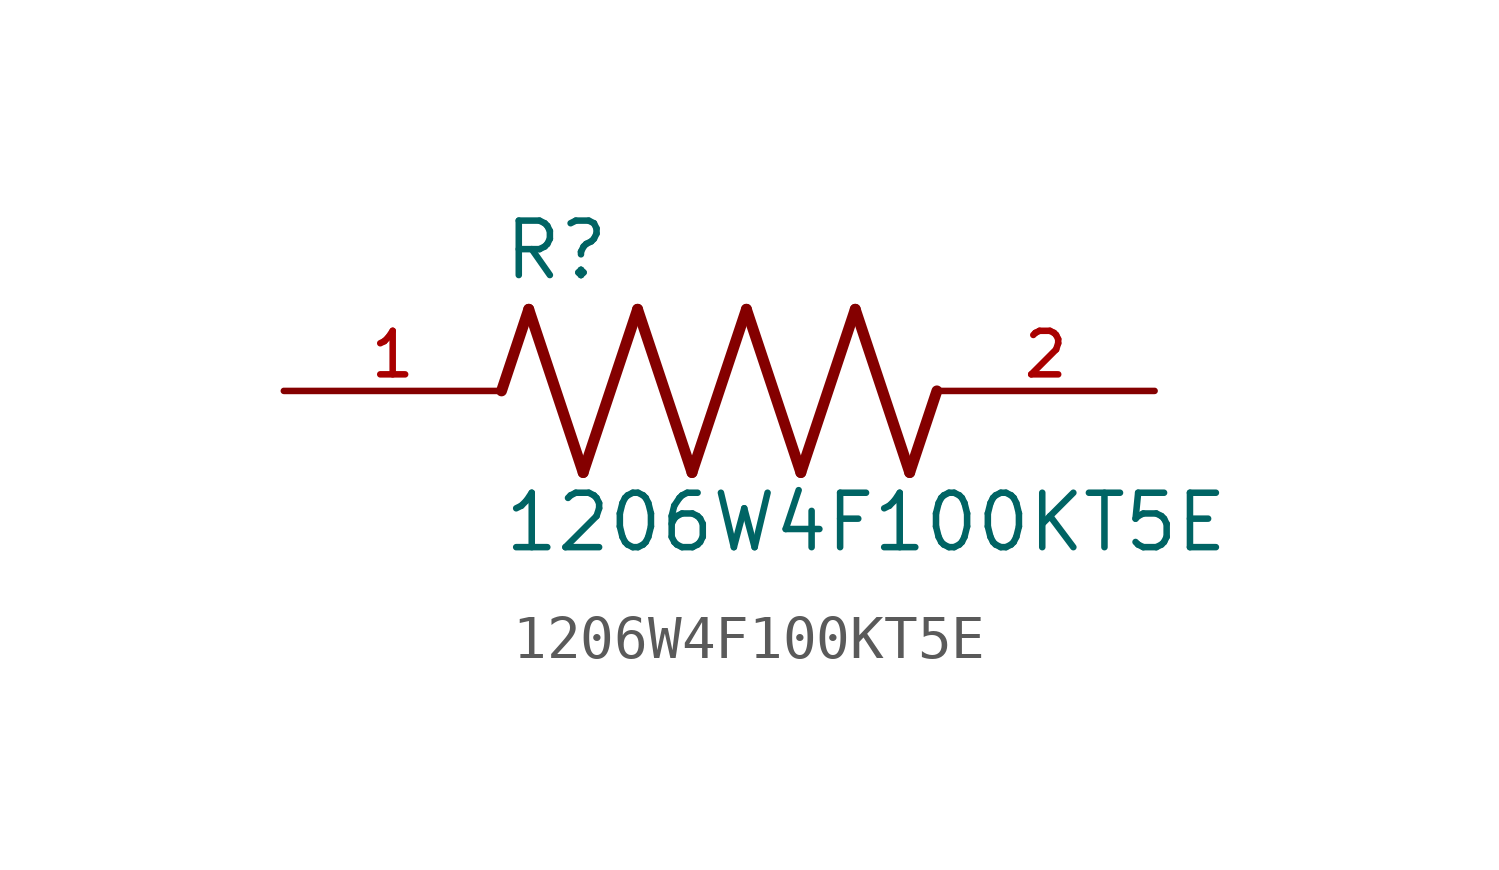
<source format=kicad_sym>
(kicad_symbol_lib
  (version 20211014)
  (generator kicad_symbol_editor)
  (symbol "1206W4F100KT5E"
    (pin_names
      (offset 1.016))
    (property "Reference" "R"
      (at -5.08 2.54 0)
      (effects (font (size 1.27 1.27)) (justify bottom left)))
    (property "Value" "1206W4F100KT5E"
      (at -5.08 -3.81 0)
      (effects (font (size 1.27 1.27)) (justify bottom left)))
    (symbol "1206W4F100KT5E_0_0"
      (polyline (pts (xy -5.08 0.0) (xy -4.445 1.905)) (stroke (width 0.254)))
      (polyline (pts (xy -4.445 1.905) (xy -3.175 -1.905)) (stroke (width 0.254)))
      (polyline (pts (xy -3.175 -1.905) (xy -1.905 1.905)) (stroke (width 0.254)))
      (polyline (pts (xy -1.905 1.905) (xy -0.635 -1.905)) (stroke (width 0.254)))
      (polyline (pts (xy -0.635 -1.905) (xy 0.635 1.905)) (stroke (width 0.254)))
      (polyline (pts (xy 0.635 1.905) (xy 1.905 -1.905)) (stroke (width 0.254)))
      (polyline (pts (xy 1.905 -1.905) (xy 3.175 1.905)) (stroke (width 0.254)))
      (polyline (pts (xy 3.175 1.905) (xy 4.445 -1.905)) (stroke (width 0.254)))
      (polyline (pts (xy 4.445 -1.905) (xy 5.08 0.0)) (stroke (width 0.254)))
      (pin passive line (at -10.16 0.0 0) (length 5.08) (name "~" (effects (font (size 1.016 1.016)))) (number "1" (effects (font (size 1.016 1.016)))))
      (pin passive line (at 10.16 0.0 180.0) (length 5.08) (name "~" (effects (font (size 1.016 1.016)))) (number "2" (effects (font (size 1.016 1.016))))))))
</source>
